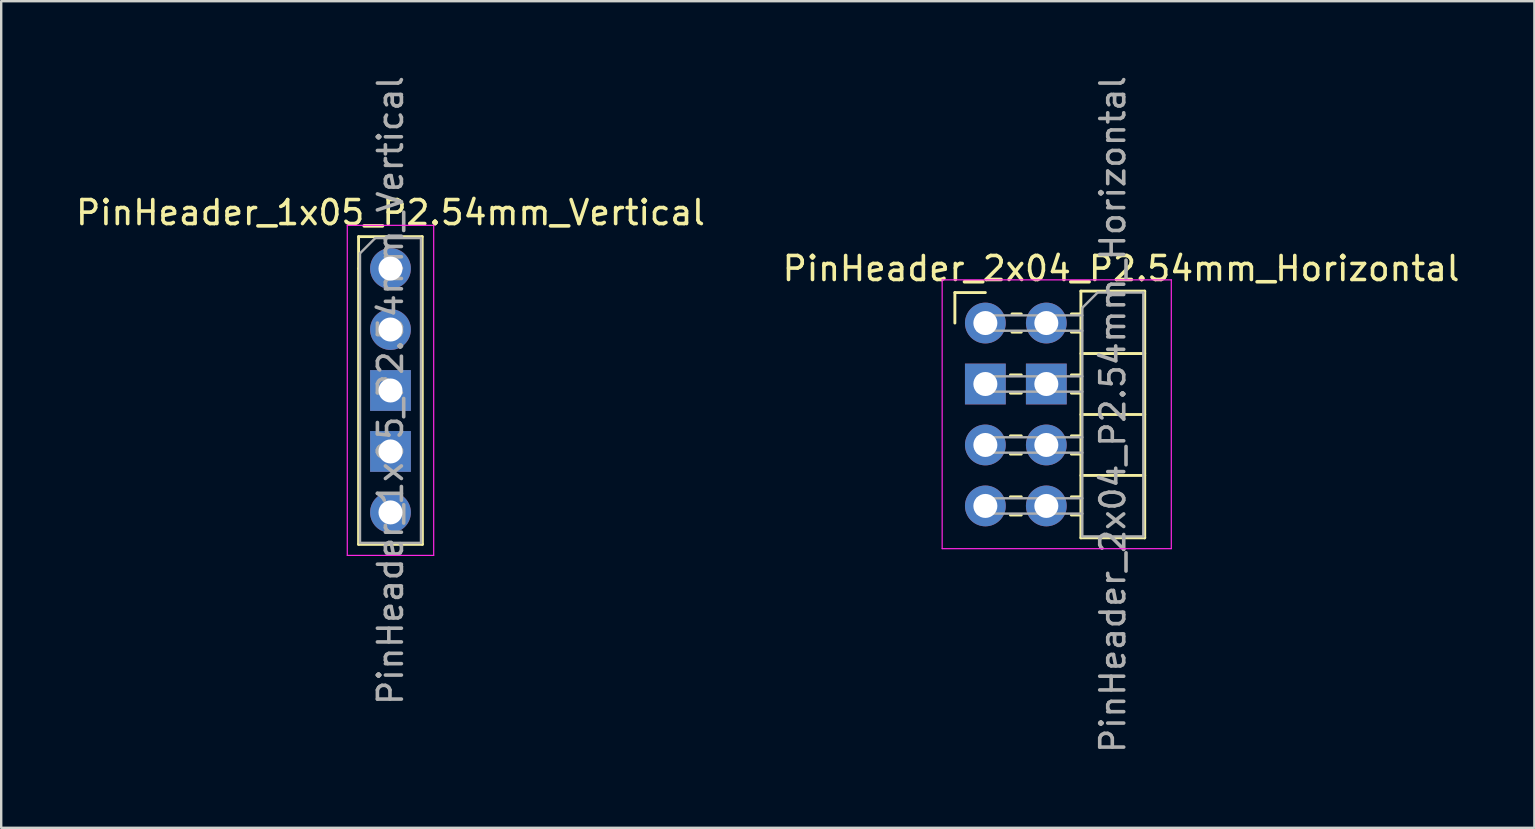
<source format=kicad_pcb>
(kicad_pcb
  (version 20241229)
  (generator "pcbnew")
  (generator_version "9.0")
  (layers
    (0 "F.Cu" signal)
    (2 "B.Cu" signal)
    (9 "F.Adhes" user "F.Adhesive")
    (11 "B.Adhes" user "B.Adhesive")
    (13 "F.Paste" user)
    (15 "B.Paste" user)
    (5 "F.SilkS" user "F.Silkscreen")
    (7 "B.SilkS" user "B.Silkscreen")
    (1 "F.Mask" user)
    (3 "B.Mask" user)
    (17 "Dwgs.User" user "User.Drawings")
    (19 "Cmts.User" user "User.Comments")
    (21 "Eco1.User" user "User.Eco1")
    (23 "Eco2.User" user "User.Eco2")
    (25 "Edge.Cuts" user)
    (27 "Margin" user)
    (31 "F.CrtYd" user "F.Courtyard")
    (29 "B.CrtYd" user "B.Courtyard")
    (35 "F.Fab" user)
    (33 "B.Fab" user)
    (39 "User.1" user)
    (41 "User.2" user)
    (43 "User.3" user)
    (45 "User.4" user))
  (footprint "PinHeader_1x05_P2.54mm_Vertical"
    (layer "F.Cu")
    (at 13.22 8.14)
    (property "Reference" "PinHeader_1x05_P2.54mm_Vertical" (at 0 -2.33 0) (layer "F.SilkS") (effects (font (size 1 1) (thickness 0.15))))
    (attr through_hole)
    (fp_line (start -1.33 -1.33) (end 1.321 -1.33) (stroke (width 0.12) (type solid)) (layer "F.SilkS"))
    (fp_line (start -1.33 0) (end -1.33 -1.33) (stroke (width 0.12) (type solid)) (layer "F.SilkS"))
    (fp_line (start -1.33 0) (end -1.33 11.49) (stroke (width 0.12) (type solid)) (layer "F.SilkS"))
    (fp_line (start -1.33 11.49) (end 1.33 11.49) (stroke (width 0.12) (type solid)) (layer "F.SilkS"))
    (fp_line (start 1.321 -1.33) (end 1.33 11.49) (stroke (width 0.12) (type solid)) (layer "F.SilkS"))
    (fp_line (start -1.8 -1.8) (end -1.8 11.95) (stroke (width 0.05) (type solid)) (layer "F.CrtYd"))
    (fp_line (start -1.8 11.95) (end 1.8 11.95) (stroke (width 0.05) (type solid)) (layer "F.CrtYd"))
    (fp_line (start 1.8 -1.8) (end -1.8 -1.8) (stroke (width 0.05) (type solid)) (layer "F.CrtYd"))
    (fp_line (start 1.8 11.95) (end 1.8 -1.8) (stroke (width 0.05) (type solid)) (layer "F.CrtYd"))
    (fp_line (start -1.27 -0.635) (end -0.635 -1.27) (stroke (width 0.1) (type solid)) (layer "F.Fab"))
    (fp_line (start -1.27 11.43) (end -1.27 -0.635) (stroke (width 0.1) (type solid)) (layer "F.Fab"))
    (fp_line (start -0.635 -1.27) (end 1.27 -1.27) (stroke (width 0.1) (type solid)) (layer "F.Fab"))
    (fp_line (start 1.27 -1.27) (end 1.27 11.43) (stroke (width 0.1) (type solid)) (layer "F.Fab"))
    (fp_line (start 1.27 11.43) (end -1.27 11.43) (stroke (width 0.1) (type solid)) (layer "F.Fab"))
    (fp_text user "${REFERENCE}" (at 0 5.08 90) (layer "F.Fab") (effects (font (size 1 1) (thickness 0.15))))
    (pad "1" thru_hole oval (at 0 0) (size 1.7 1.7) (drill 1) (layers "*.Cu" "*.Mask"))
    (pad "2" thru_hole oval (at 0 2.54) (size 1.7 1.7) (drill 1) (layers "*.Cu" "*.Mask"))
    (pad "3" thru_hole rect (at 0 5.08) (size 1.7 1.7) (drill 1) (layers "*.Cu" "*.Mask"))
    (pad "4" thru_hole rect (at 0 7.62) (size 1.7 1.7) (drill 1) (layers "*.Cu" "*.Mask"))
    (pad "5" thru_hole oval (at 0 10.16) (size 1.7 1.7) (drill 1) (layers "*.Cu" "*.Mask")))
  (footprint "PinHeader_2x04_P2.54mm_Horizontal"
    (layer "F.Cu")
    (at 38.006 10.41)
    (property "Reference" "PinHeader_2x04_P2.54mm_Horizontal" (at 5.655 -2.27 0) (layer "F.SilkS") (effects (font (size 1 1) (thickness 0.15))))
    (attr through_hole)
    (fp_line (start -1.27 -1.27) (end 0 -1.27) (stroke (width 0.12) (type solid)) (layer "F.SilkS"))
    (fp_line (start -1.27 0) (end -1.27 -1.27) (stroke (width 0.12) (type solid)) (layer "F.SilkS"))
    (fp_line (start 1.043 2.16) (end 1.497 2.16) (stroke (width 0.12) (type solid)) (layer "F.SilkS"))
    (fp_line (start 1.043 2.92) (end 1.497 2.92) (stroke (width 0.12) (type solid)) (layer "F.SilkS"))
    (fp_line (start 1.043 4.7) (end 1.497 4.7) (stroke (width 0.12) (type solid)) (layer "F.SilkS"))
    (fp_line (start 1.043 5.46) (end 1.497 5.46) (stroke (width 0.12) (type solid)) (layer "F.SilkS"))
    (fp_line (start 1.043 7.24) (end 1.497 7.24) (stroke (width 0.12) (type solid)) (layer "F.SilkS"))
    (fp_line (start 1.043 8) (end 1.497 8) (stroke (width 0.12) (type solid)) (layer "F.SilkS"))
    (fp_line (start 1.11 -0.38) (end 1.497 -0.38) (stroke (width 0.12) (type solid)) (layer "F.SilkS"))
    (fp_line (start 1.11 0.38) (end 1.497 0.38) (stroke (width 0.12) (type solid)) (layer "F.SilkS"))
    (fp_line (start 3.583 -0.38) (end 3.98 -0.38) (stroke (width 0.12) (type solid)) (layer "F.SilkS"))
    (fp_line (start 3.583 0.38) (end 3.98 0.38) (stroke (width 0.12) (type solid)) (layer "F.SilkS"))
    (fp_line (start 3.583 2.16) (end 3.98 2.16) (stroke (width 0.12) (type solid)) (layer "F.SilkS"))
    (fp_line (start 3.583 2.92) (end 3.98 2.92) (stroke (width 0.12) (type solid)) (layer "F.SilkS"))
    (fp_line (start 3.583 4.7) (end 3.98 4.7) (stroke (width 0.12) (type solid)) (layer "F.SilkS"))
    (fp_line (start 3.583 5.46) (end 3.98 5.46) (stroke (width 0.12) (type solid)) (layer "F.SilkS"))
    (fp_line (start 3.583 7.24) (end 3.98 7.24) (stroke (width 0.12) (type solid)) (layer "F.SilkS"))
    (fp_line (start 3.583 8) (end 3.98 8) (stroke (width 0.12) (type solid)) (layer "F.SilkS"))
    (fp_line (start 3.98 -1.33) (end 3.98 8.95) (stroke (width 0.12) (type solid)) (layer "F.SilkS"))
    (fp_line (start 3.98 1.27) (end 6.64 1.27) (stroke (width 0.12) (type solid)) (layer "F.SilkS"))
    (fp_line (start 3.98 3.81) (end 6.64 3.81) (stroke (width 0.12) (type solid)) (layer "F.SilkS"))
    (fp_line (start 3.98 6.35) (end 6.64 6.35) (stroke (width 0.12) (type solid)) (layer "F.SilkS"))
    (fp_line (start 3.98 8.95) (end 6.64 8.95) (stroke (width 0.12) (type solid)) (layer "F.SilkS"))
    (fp_line (start 6.64 -1.33) (end 3.98 -1.33) (stroke (width 0.12) (type solid)) (layer "F.SilkS"))
    (fp_line (start 6.64 8.95) (end 6.64 -1.33) (stroke (width 0.12) (type solid)) (layer "F.SilkS"))
    (fp_line (start -1.8 -1.8) (end -1.8 9.4) (stroke (width 0.05) (type solid)) (layer "F.CrtYd"))
    (fp_line (start -1.8 9.4) (end 7.747 9.4) (stroke (width 0.05) (type solid)) (layer "F.CrtYd"))
    (fp_line (start 7.747 -1.8) (end -1.8 -1.8) (stroke (width 0.05) (type solid)) (layer "F.CrtYd"))
    (fp_line (start 7.747 9.4) (end 7.747 -1.8) (stroke (width 0.05) (type solid)) (layer "F.CrtYd"))
    (fp_line (start -0.32 -0.32) (end -0.32 0.32) (stroke (width 0.1) (type solid)) (layer "F.Fab"))
    (fp_line (start -0.32 -0.32) (end 4.04 -0.32) (stroke (width 0.1) (type solid)) (layer "F.Fab"))
    (fp_line (start -0.32 0.32) (end 4.04 0.32) (stroke (width 0.1) (type solid)) (layer "F.Fab"))
    (fp_line (start -0.32 2.22) (end -0.32 2.86) (stroke (width 0.1) (type solid)) (layer "F.Fab"))
    (fp_line (start -0.32 2.22) (end 4.04 2.22) (stroke (width 0.1) (type solid)) (layer "F.Fab"))
    (fp_line (start -0.32 2.86) (end 4.04 2.86) (stroke (width 0.1) (type solid)) (layer "F.Fab"))
    (fp_line (start -0.32 4.76) (end -0.32 5.4) (stroke (width 0.1) (type solid)) (layer "F.Fab"))
    (fp_line (start -0.32 4.76) (end 4.04 4.76) (stroke (width 0.1) (type solid)) (layer "F.Fab"))
    (fp_line (start -0.32 5.4) (end 4.04 5.4) (stroke (width 0.1) (type solid)) (layer "F.Fab"))
    (fp_line (start -0.32 7.3) (end -0.32 7.94) (stroke (width 0.1) (type solid)) (layer "F.Fab"))
    (fp_line (start -0.32 7.3) (end 4.04 7.3) (stroke (width 0.1) (type solid)) (layer "F.Fab"))
    (fp_line (start -0.32 7.94) (end 4.04 7.94) (stroke (width 0.1) (type solid)) (layer "F.Fab"))
    (fp_line (start 4.04 -0.635) (end 4.675 -1.27) (stroke (width 0.1) (type solid)) (layer "F.Fab"))
    (fp_line (start 4.04 8.89) (end 4.04 -0.635) (stroke (width 0.1) (type solid)) (layer "F.Fab"))
    (fp_line (start 4.675 -1.27) (end 6.58 -1.27) (stroke (width 0.1) (type solid)) (layer "F.Fab"))
    (fp_line (start 6.58 -1.27) (end 6.58 8.89) (stroke (width 0.1) (type solid)) (layer "F.Fab"))
    (fp_line (start 6.58 8.89) (end 4.04 8.89) (stroke (width 0.1) (type solid)) (layer "F.Fab"))
    (fp_text user "${REFERENCE}" (at 5.31 3.81 90) (layer "F.Fab") (effects (font (size 1 1) (thickness 0.15))))
    (pad "1" thru_hole circle (at 0 0) (size 1.7 1.7) (drill 1) (layers "*.Cu" "*.Mask"))
    (pad "2" thru_hole oval (at 2.54 0) (size 1.7 1.7) (drill 1) (layers "*.Cu" "*.Mask"))
    (pad "3" thru_hole rect (at 0 2.54) (size 1.7 1.7) (drill 1) (layers "*.Cu" "*.Mask"))
    (pad "4" thru_hole rect (at 2.54 2.54) (size 1.7 1.7) (drill 1) (layers "*.Cu" "*.Mask"))
    (pad "5" thru_hole oval (at 0 5.08) (size 1.7 1.7) (drill 1) (layers "*.Cu" "*.Mask"))
    (pad "6" thru_hole oval (at 2.54 5.08) (size 1.7 1.7) (drill 1) (layers "*.Cu" "*.Mask"))
    (pad "7" thru_hole oval (at 0 7.62) (size 1.7 1.7) (drill 1) (layers "*.Cu" "*.Mask"))
    (pad "8" thru_hole oval (at 2.54 7.62) (size 1.7 1.7) (drill 1) (layers "*.Cu" "*.Mask")))
  (gr_rect
    (start -3 -3)
    (end 60.881 31.44)
    (stroke (width 0.1) (type default))
    (fill no)
    (layer "Edge.Cuts")))
</source>
